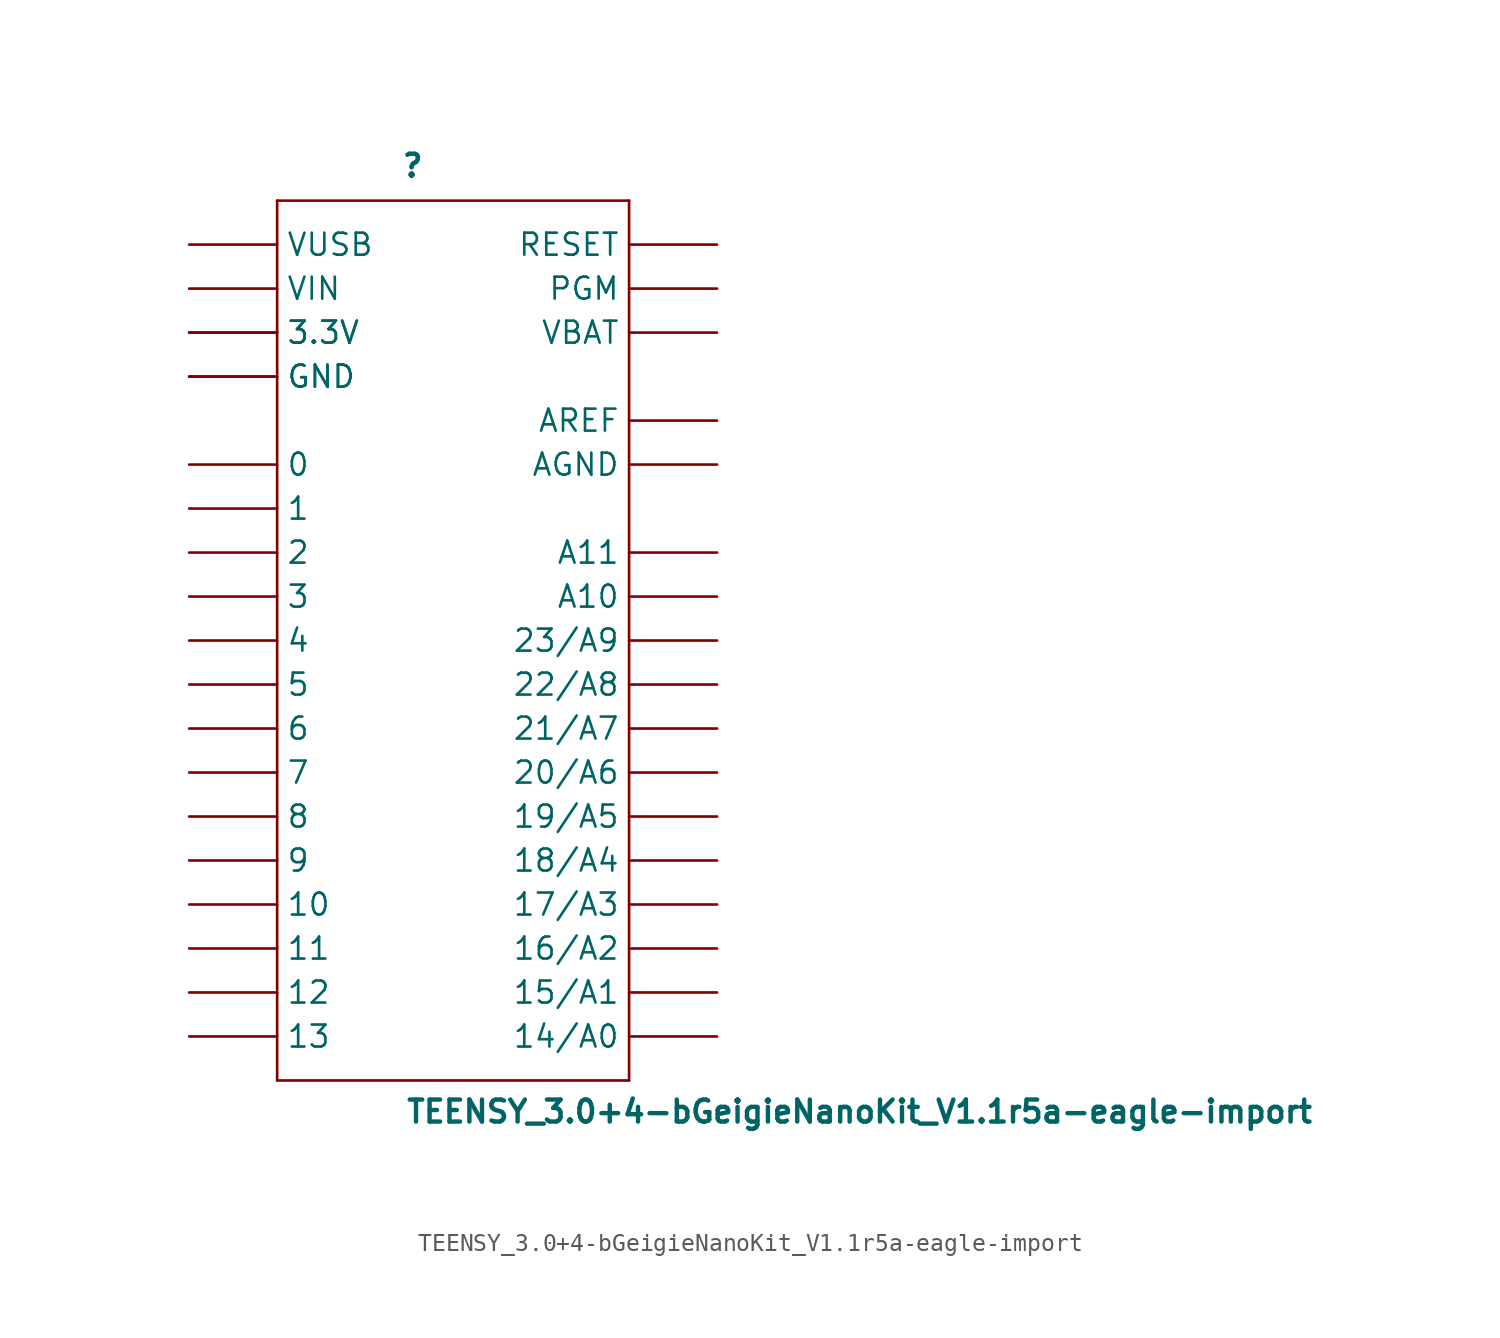
<source format=kicad_sym>
(kicad_symbol_lib
  (version 20200126)
  (host kicad_symbol_editor "5.99.0-unknown-aa7ce74~88~ubuntu18.04.1")
  (symbol "import_from_eagle-rescue:TEENSY_3.0+4-bGeigieNanoKit_V1.1r5a-eagle-import"
    (property "Reference" ""
      (at -3.048 26.67 0)
      (effects (font (size 1.27 1.27) bold) (justify left bottom)))
    (property "Value" "TEENSY_3.0+4-bGeigieNanoKit_V1.1r5a-eagle-import"
      (at -2.794 -27.94 0)
      (effects (font (size 1.27 1.27) bold) (justify left bottom)))
    (property "ki_locked" ""
      (at 0 0 0)
      (effects (font (size 1.27 1.27))))
    (symbol "TEENSY_3.0+4-bGeigieNanoKit_V1.1r5a-eagle-import_1_0"
      (polyline (pts (xy -10.16 -25.4) (xy 10.16 -25.4)) (stroke (width 0)) (fill (type none)))
      (polyline (pts (xy -10.16 25.4) (xy -10.16 -25.4)) (stroke (width 0)) (fill (type none)))
      (polyline (pts (xy 10.16 -25.4) (xy 10.16 25.4)) (stroke (width 0)) (fill (type none)))
      (polyline (pts (xy 10.16 25.4) (xy -10.16 25.4)) (stroke (width 0)) (fill (type none)))
      (pin unspecified line (at -15.24 10.16 0) (length 5.08) (name "0" (effects (font (size 1.27 1.27)))) (number "0" (effects (font (size 0 0)))))
      (pin unspecified line (at -15.24 7.62 0) (length 5.08) (name "1" (effects (font (size 1.27 1.27)))) (number "1" (effects (font (size 0 0)))))
      (pin unspecified line (at -15.24 -15.24 0) (length 5.08) (name "10" (effects (font (size 1.27 1.27)))) (number "10" (effects (font (size 0 0)))))
      (pin unspecified line (at -15.24 -17.78 0) (length 5.08) (name "11" (effects (font (size 1.27 1.27)))) (number "11" (effects (font (size 0 0)))))
      (pin unspecified line (at -15.24 -20.32 0) (length 5.08) (name "12" (effects (font (size 1.27 1.27)))) (number "12" (effects (font (size 0 0)))))
      (pin unspecified line (at -15.24 -22.86 0) (length 5.08) (name "13" (effects (font (size 1.27 1.27)))) (number "13" (effects (font (size 0 0)))))
      (pin unspecified line (at 15.24 -22.86 180) (length 5.08) (name "14/A0" (effects (font (size 1.27 1.27)))) (number "14/A0" (effects (font (size 0 0)))))
      (pin unspecified line (at 15.24 -20.32 180) (length 5.08) (name "15/A1" (effects (font (size 1.27 1.27)))) (number "15/A1" (effects (font (size 0 0)))))
      (pin unspecified line (at 15.24 -17.78 180) (length 5.08) (name "16/A2" (effects (font (size 1.27 1.27)))) (number "16/A2" (effects (font (size 0 0)))))
      (pin unspecified line (at 15.24 -15.24 180) (length 5.08) (name "17/A3" (effects (font (size 1.27 1.27)))) (number "17/A3" (effects (font (size 0 0)))))
      (pin unspecified line (at 15.24 -12.7 180) (length 5.08) (name "18/A4" (effects (font (size 1.27 1.27)))) (number "18/A4" (effects (font (size 0 0)))))
      (pin unspecified line (at 15.24 -10.16 180) (length 5.08) (name "19/A5" (effects (font (size 1.27 1.27)))) (number "19/A5" (effects (font (size 0 0)))))
      (pin unspecified line (at -15.24 5.08 0) (length 5.08) (name "2" (effects (font (size 1.27 1.27)))) (number "2" (effects (font (size 0 0)))))
      (pin unspecified line (at 15.24 -7.62 180) (length 5.08) (name "20/A6" (effects (font (size 1.27 1.27)))) (number "20/A6" (effects (font (size 0 0)))))
      (pin unspecified line (at 15.24 -5.08 180) (length 5.08) (name "21/A7" (effects (font (size 1.27 1.27)))) (number "21/A7" (effects (font (size 0 0)))))
      (pin unspecified line (at 15.24 -2.54 180) (length 5.08) (name "22/A8" (effects (font (size 1.27 1.27)))) (number "22/A8" (effects (font (size 0 0)))))
      (pin unspecified line (at 15.24 0 180) (length 5.08) (name "23/A9" (effects (font (size 1.27 1.27)))) (number "23/A9" (effects (font (size 0 0)))))
      (pin unspecified line (at -15.24 2.54 0) (length 5.08) (name "3" (effects (font (size 1.27 1.27)))) (number "3" (effects (font (size 0 0)))))
      (pin power_in line (at -15.24 17.78 0) (length 5.08) (name "3.3V" (effects (font (size 1.27 1.27)))) (number "3.3V" (effects (font (size 0 0)))))
      (pin power_in line (at -15.24 17.78 0) (length 5.08) (name "3.3V" (effects (font (size 1.27 1.27)))) (number "3.3V1" (effects (font (size 0 0)))))
      (pin unspecified line (at -15.24 0 0) (length 5.08) (name "4" (effects (font (size 1.27 1.27)))) (number "4" (effects (font (size 0 0)))))
      (pin unspecified line (at -15.24 -2.54 0) (length 5.08) (name "5" (effects (font (size 1.27 1.27)))) (number "5" (effects (font (size 0 0)))))
      (pin unspecified line (at -15.24 -5.08 0) (length 5.08) (name "6" (effects (font (size 1.27 1.27)))) (number "6" (effects (font (size 0 0)))))
      (pin unspecified line (at -15.24 -7.62 0) (length 5.08) (name "7" (effects (font (size 1.27 1.27)))) (number "7" (effects (font (size 0 0)))))
      (pin unspecified line (at -15.24 -10.16 0) (length 5.08) (name "8" (effects (font (size 1.27 1.27)))) (number "8" (effects (font (size 0 0)))))
      (pin unspecified line (at -15.24 -12.7 0) (length 5.08) (name "9" (effects (font (size 1.27 1.27)))) (number "9" (effects (font (size 0 0)))))
      (pin unspecified line (at 15.24 2.54 180) (length 5.08) (name "A10" (effects (font (size 1.27 1.27)))) (number "A10" (effects (font (size 0 0)))))
      (pin unspecified line (at 15.24 5.08 180) (length 5.08) (name "A11" (effects (font (size 1.27 1.27)))) (number "A11" (effects (font (size 0 0)))))
      (pin power_in line (at 15.24 10.16 180) (length 5.08) (name "AGND" (effects (font (size 1.27 1.27)))) (number "AGND" (effects (font (size 0 0)))))
      (pin power_in line (at 15.24 12.7 180) (length 5.08) (name "AREF" (effects (font (size 1.27 1.27)))) (number "AREF" (effects (font (size 0 0)))))
      (pin power_in line (at -15.24 15.24 0) (length 5.08) (name "GND" (effects (font (size 1.27 1.27)))) (number "GND" (effects (font (size 0 0)))))
      (pin power_in line (at -15.24 15.24 0) (length 5.08) (name "GND" (effects (font (size 1.27 1.27)))) (number "GND1" (effects (font (size 0 0)))))
      (pin unspecified line (at 15.24 20.32 180) (length 5.08) (name "PGM" (effects (font (size 1.27 1.27)))) (number "PGM" (effects (font (size 0 0)))))
      (pin unspecified line (at 15.24 22.86 180) (length 5.08) (name "RESET" (effects (font (size 1.27 1.27)))) (number "RESET" (effects (font (size 0 0)))))
      (pin power_in line (at 15.24 17.78 180) (length 5.08) (name "VBAT" (effects (font (size 1.27 1.27)))) (number "VBAT" (effects (font (size 0 0)))))
      (pin power_in line (at -15.24 20.32 0) (length 5.08) (name "VIN" (effects (font (size 1.27 1.27)))) (number "VIN" (effects (font (size 0 0)))))
      (pin power_in line (at -15.24 22.86 0) (length 5.08) (name "VUSB" (effects (font (size 1.27 1.27)))) (number "VUSB" (effects (font (size 0 0))))))))
</source>
